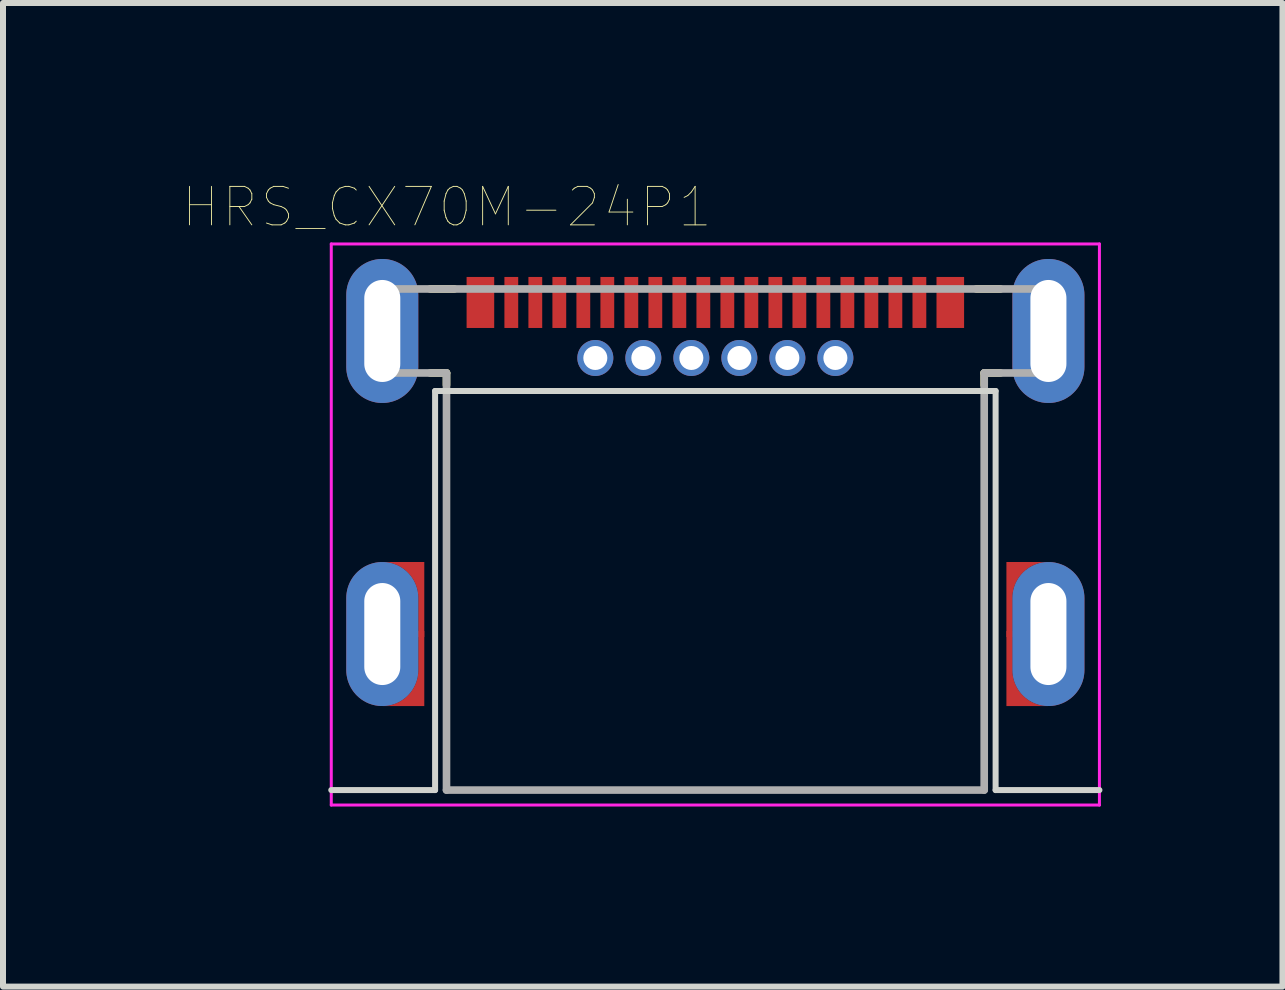
<source format=kicad_pcb>
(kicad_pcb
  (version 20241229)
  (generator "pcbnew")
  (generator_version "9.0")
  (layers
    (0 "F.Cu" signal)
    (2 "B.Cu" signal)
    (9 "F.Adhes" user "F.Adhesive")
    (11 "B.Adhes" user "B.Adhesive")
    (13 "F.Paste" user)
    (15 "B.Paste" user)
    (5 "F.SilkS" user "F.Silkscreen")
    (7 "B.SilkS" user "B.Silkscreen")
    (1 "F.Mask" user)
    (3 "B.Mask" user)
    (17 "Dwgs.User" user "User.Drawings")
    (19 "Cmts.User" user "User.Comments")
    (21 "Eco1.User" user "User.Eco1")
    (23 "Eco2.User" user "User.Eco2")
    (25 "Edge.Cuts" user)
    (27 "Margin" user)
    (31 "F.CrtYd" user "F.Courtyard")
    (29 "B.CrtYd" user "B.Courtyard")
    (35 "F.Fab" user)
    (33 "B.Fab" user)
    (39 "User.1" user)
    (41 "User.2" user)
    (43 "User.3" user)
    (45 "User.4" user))
  (footprint "HRS_CX70M-24P1"
    (layer "F.Cu")
    (at 8.87 7.515)
    (property "Reference" "HRS_CX70M-24P1" (at -4.473 -7.114 0) (layer "F.SilkS") (effects (font (size 0.641 0.641) (thickness 0.015))))
    (attr through_hole)
    (fp_poly (pts (xy -5.55 -1.2) (xy -4.85 -1.2) (xy -4.85 1.2) (xy -5.55 1.2) (xy -5.519 1.199) (xy -5.487 1.197) (xy -5.456 1.193) (xy -5.425 1.187) (xy -5.395 1.18) (xy -5.365 1.171) (xy -5.335 1.16) (xy -5.306 1.148) (xy -5.278 1.135) (xy -5.25 1.12) (xy -5.223 1.103) (xy -5.197 1.085) (xy -5.172 1.066) (xy -5.149 1.046) (xy -5.126 1.024) (xy -5.104 1.001) (xy -5.084 0.978) (xy -5.065 0.953) (xy -5.047 0.927) (xy -5.03 0.9) (xy -5.015 0.872) (xy -5.002 0.844) (xy -4.99 0.815) (xy -4.979 0.785) (xy -4.97 0.755) (xy -4.963 0.725) (xy -4.957 0.694) (xy -4.953 0.663) (xy -4.951 0.631) (xy -4.95 0.6) (xy -4.95 -0.6) (xy -4.951 -0.631) (xy -4.953 -0.663) (xy -4.957 -0.694) (xy -4.963 -0.725) (xy -4.97 -0.755) (xy -4.979 -0.785) (xy -4.99 -0.815) (xy -5.002 -0.844) (xy -5.015 -0.872) (xy -5.03 -0.9) (xy -5.047 -0.927) (xy -5.065 -0.953) (xy -5.084 -0.978) (xy -5.104 -1.001) (xy -5.126 -1.024) (xy -5.149 -1.046) (xy -5.172 -1.066) (xy -5.197 -1.085) (xy -5.223 -1.103) (xy -5.25 -1.12) (xy -5.278 -1.135) (xy -5.306 -1.148) (xy -5.335 -1.16) (xy -5.365 -1.171) (xy -5.395 -1.18) (xy -5.425 -1.187) (xy -5.456 -1.193) (xy -5.487 -1.197) (xy -5.519 -1.199) (xy -5.55 -1.2)) (stroke (width 0.0001) (type solid)) (fill yes) (layer "F.Cu"))
    (fp_poly (pts (xy 5.55 -1.2) (xy 4.85 -1.2) (xy 4.85 1.2) (xy 5.55 1.2) (xy 5.519 1.199) (xy 5.487 1.197) (xy 5.456 1.193) (xy 5.425 1.187) (xy 5.395 1.18) (xy 5.365 1.171) (xy 5.335 1.16) (xy 5.306 1.148) (xy 5.278 1.135) (xy 5.25 1.12) (xy 5.223 1.103) (xy 5.197 1.085) (xy 5.172 1.066) (xy 5.149 1.046) (xy 5.126 1.024) (xy 5.104 1.001) (xy 5.084 0.978) (xy 5.065 0.953) (xy 5.047 0.927) (xy 5.03 0.9) (xy 5.015 0.872) (xy 5.002 0.844) (xy 4.99 0.815) (xy 4.979 0.785) (xy 4.97 0.755) (xy 4.963 0.725) (xy 4.957 0.694) (xy 4.953 0.663) (xy 4.951 0.631) (xy 4.95 0.6) (xy 4.95 -0.6) (xy 4.951 -0.631) (xy 4.953 -0.663) (xy 4.957 -0.694) (xy 4.963 -0.725) (xy 4.97 -0.755) (xy 4.979 -0.785) (xy 4.99 -0.815) (xy 5.002 -0.844) (xy 5.015 -0.872) (xy 5.03 -0.9) (xy 5.047 -0.927) (xy 5.065 -0.953) (xy 5.084 -0.978) (xy 5.104 -1.001) (xy 5.126 -1.024) (xy 5.149 -1.046) (xy 5.172 -1.066) (xy 5.197 -1.085) (xy 5.223 -1.103) (xy 5.25 -1.12) (xy 5.278 -1.135) (xy 5.306 -1.148) (xy 5.335 -1.16) (xy 5.365 -1.171) (xy 5.395 -1.18) (xy 5.425 -1.187) (xy 5.456 -1.193) (xy 5.487 -1.197) (xy 5.519 -1.199) (xy 5.55 -1.2)) (stroke (width 0.0001) (type solid)) (fill yes) (layer "F.Cu"))
    (fp_poly (pts (xy -5.607 -1.3) (xy -4.75 -1.3) (xy -4.75 1.302) (xy -5.607 1.302)) (stroke (width 0.01) (type solid)) (fill yes) (layer "F.Mask"))
    (fp_poly (pts (xy 4.75 -1.3) (xy 5.55 -1.3) (xy 5.55 1.3) (xy 4.75 1.3)) (stroke (width 0.01) (type solid)) (fill yes) (layer "F.Mask"))
    (fp_line (start -4.75 -5.75) (end -4.35 -5.75) (stroke (width 0.127) (type solid)) (layer "F.SilkS"))
    (fp_line (start -4.75 -4.35) (end -4.48 -4.35) (stroke (width 0.127) (type solid)) (layer "F.SilkS"))
    (fp_line (start -4.48 -4.35) (end -4.48 -4.15) (stroke (width 0.127) (type solid)) (layer "F.SilkS"))
    (fp_line (start 4.35 -5.75) (end 4.75 -5.75) (stroke (width 0.127) (type solid)) (layer "F.SilkS"))
    (fp_line (start 4.48 -4.35) (end 4.48 -4.15) (stroke (width 0.127) (type solid)) (layer "F.SilkS"))
    (fp_line (start 4.75 -4.35) (end 4.48 -4.35) (stroke (width 0.127) (type solid)) (layer "F.SilkS"))
    (fp_poly (pts (xy -5.55 -1.2) (xy -4.85 -1.2) (xy -4.85 1.2) (xy -5.55 1.2) (xy -5.519 1.199) (xy -5.487 1.197) (xy -5.456 1.193) (xy -5.425 1.187) (xy -5.395 1.18) (xy -5.365 1.171) (xy -5.335 1.16) (xy -5.306 1.148) (xy -5.278 1.135) (xy -5.25 1.12) (xy -5.223 1.103) (xy -5.197 1.085) (xy -5.172 1.066) (xy -5.149 1.046) (xy -5.126 1.024) (xy -5.104 1.001) (xy -5.084 0.978) (xy -5.065 0.953) (xy -5.047 0.927) (xy -5.03 0.9) (xy -5.015 0.872) (xy -5.002 0.844) (xy -4.99 0.815) (xy -4.979 0.785) (xy -4.97 0.755) (xy -4.963 0.725) (xy -4.957 0.694) (xy -4.953 0.663) (xy -4.951 0.631) (xy -4.95 0.6) (xy -4.95 -0.6) (xy -4.951 -0.631) (xy -4.953 -0.663) (xy -4.957 -0.694) (xy -4.963 -0.725) (xy -4.97 -0.755) (xy -4.979 -0.785) (xy -4.99 -0.815) (xy -5.002 -0.844) (xy -5.015 -0.872) (xy -5.03 -0.9) (xy -5.047 -0.927) (xy -5.065 -0.953) (xy -5.084 -0.978) (xy -5.104 -1.001) (xy -5.126 -1.024) (xy -5.149 -1.046) (xy -5.172 -1.066) (xy -5.197 -1.085) (xy -5.223 -1.103) (xy -5.25 -1.12) (xy -5.278 -1.135) (xy -5.306 -1.148) (xy -5.335 -1.16) (xy -5.365 -1.171) (xy -5.395 -1.18) (xy -5.425 -1.187) (xy -5.456 -1.193) (xy -5.487 -1.197) (xy -5.519 -1.199) (xy -5.55 -1.2)) (stroke (width 0.0001) (type solid)) (fill yes) (layer "F.Paste"))
    (fp_poly (pts (xy 5.55 -1.2) (xy 4.85 -1.2) (xy 4.85 1.2) (xy 5.55 1.2) (xy 5.519 1.199) (xy 5.487 1.197) (xy 5.456 1.193) (xy 5.425 1.187) (xy 5.395 1.18) (xy 5.365 1.171) (xy 5.335 1.16) (xy 5.306 1.148) (xy 5.278 1.135) (xy 5.25 1.12) (xy 5.223 1.103) (xy 5.197 1.085) (xy 5.172 1.066) (xy 5.149 1.046) (xy 5.126 1.024) (xy 5.104 1.001) (xy 5.084 0.978) (xy 5.065 0.953) (xy 5.047 0.927) (xy 5.03 0.9) (xy 5.015 0.872) (xy 5.002 0.844) (xy 4.99 0.815) (xy 4.979 0.785) (xy 4.97 0.755) (xy 4.963 0.725) (xy 4.957 0.694) (xy 4.953 0.663) (xy 4.951 0.631) (xy 4.95 0.6) (xy 4.95 -0.6) (xy 4.951 -0.631) (xy 4.953 -0.663) (xy 4.957 -0.694) (xy 4.963 -0.725) (xy 4.97 -0.755) (xy 4.979 -0.785) (xy 4.99 -0.815) (xy 5.002 -0.844) (xy 5.015 -0.872) (xy 5.03 -0.9) (xy 5.047 -0.927) (xy 5.065 -0.953) (xy 5.084 -0.978) (xy 5.104 -1.001) (xy 5.126 -1.024) (xy 5.149 -1.046) (xy 5.172 -1.066) (xy 5.197 -1.085) (xy 5.223 -1.103) (xy 5.25 -1.12) (xy 5.278 -1.135) (xy 5.306 -1.148) (xy 5.335 -1.16) (xy 5.365 -1.171) (xy 5.395 -1.18) (xy 5.425 -1.187) (xy 5.456 -1.193) (xy 5.487 -1.197) (xy 5.519 -1.199) (xy 5.55 -1.2)) (stroke (width 0.0001) (type solid)) (fill yes) (layer "F.Paste"))
    (fp_line (start -6.4 2.6) (end -4.67 2.6) (stroke (width 0.1) (type solid)) (layer "Edge.Cuts"))
    (fp_line (start -4.67 -4.05) (end 4.67 -4.05) (stroke (width 0.1) (type solid)) (layer "Edge.Cuts"))
    (fp_line (start -4.67 2.6) (end -4.67 -4.05) (stroke (width 0.1) (type solid)) (layer "Edge.Cuts"))
    (fp_line (start 4.67 -4.05) (end 4.67 2.6) (stroke (width 0.1) (type solid)) (layer "Edge.Cuts"))
    (fp_line (start 4.67 2.6) (end 6.4 2.6) (stroke (width 0.1) (type solid)) (layer "Edge.Cuts"))
    (fp_line (start -6.4 -6.5) (end 6.4 -6.5) (stroke (width 0.05) (type solid)) (layer "F.CrtYd"))
    (fp_line (start -6.4 2.85) (end -6.4 -6.5) (stroke (width 0.05) (type solid)) (layer "F.CrtYd"))
    (fp_line (start 6.4 -6.5) (end 6.4 2.85) (stroke (width 0.05) (type solid)) (layer "F.CrtYd"))
    (fp_line (start 6.4 2.85) (end -6.4 2.85) (stroke (width 0.05) (type solid)) (layer "F.CrtYd"))
    (fp_line (start -5.7 -5.75) (end -5.7 -4.35) (stroke (width 0.127) (type solid)) (layer "F.Fab"))
    (fp_line (start -5.7 -5.75) (end 5.7 -5.75) (stroke (width 0.127) (type solid)) (layer "F.Fab"))
    (fp_line (start -5.7 -4.35) (end -4.48 -4.35) (stroke (width 0.127) (type solid)) (layer "F.Fab"))
    (fp_line (start -4.48 2.6) (end -4.48 -4.35) (stroke (width 0.127) (type solid)) (layer "F.Fab"))
    (fp_line (start 4.48 -4.35) (end 4.48 2.6) (stroke (width 0.127) (type solid)) (layer "F.Fab"))
    (fp_line (start 4.48 -4.35) (end 5.7 -4.35) (stroke (width 0.127) (type solid)) (layer "F.Fab"))
    (fp_line (start 4.48 2.6) (end -4.48 2.6) (stroke (width 0.127) (type solid)) (layer "F.Fab"))
    (fp_line (start 5.7 -5.75) (end 5.7 -4.35) (stroke (width 0.127) (type solid)) (layer "F.Fab"))
    (pad "A1" smd rect (at -2.2 -5.525) (size 0.23 0.85) (layers "F.Cu" "F.Mask" "F.Paste"))
    (pad "A2" smd rect (at -1.8 -5.525) (size 0.23 0.85) (layers "F.Cu" "F.Mask" "F.Paste"))
    (pad "A3" smd rect (at -1.4 -5.525) (size 0.23 0.85) (layers "F.Cu" "F.Mask" "F.Paste"))
    (pad "A4" smd rect (at -1 -5.525) (size 0.23 0.85) (layers "F.Cu" "F.Mask" "F.Paste"))
    (pad "A5" smd rect (at -0.6 -5.525) (size 0.23 0.85) (layers "F.Cu" "F.Mask" "F.Paste"))
    (pad "A6" smd rect (at -0.2 -5.525) (size 0.23 0.85) (layers "F.Cu" "F.Mask" "F.Paste"))
    (pad "A7" smd rect (at 0.2 -5.525) (size 0.23 0.85) (layers "F.Cu" "F.Mask" "F.Paste"))
    (pad "A8" smd rect (at 0.6 -5.525) (size 0.23 0.85) (layers "F.Cu" "F.Mask" "F.Paste"))
    (pad "A9" smd rect (at 1 -5.525) (size 0.23 0.85) (layers "F.Cu" "F.Mask" "F.Paste"))
    (pad "A10" smd rect (at 1.4 -5.525) (size 0.23 0.85) (layers "F.Cu" "F.Mask" "F.Paste"))
    (pad "A11" smd rect (at 1.8 -5.525) (size 0.23 0.85) (layers "F.Cu" "F.Mask" "F.Paste"))
    (pad "A12" smd rect (at 2.2 -5.525) (size 0.23 0.85) (layers "F.Cu" "F.Mask" "F.Paste"))
    (pad "B1" smd rect (at 3.4 -5.525) (size 0.23 0.85) (layers "F.Cu" "F.Mask" "F.Paste"))
    (pad "B2" smd rect (at 3 -5.525) (size 0.23 0.85) (layers "F.Cu" "F.Mask" "F.Paste"))
    (pad "B3" smd rect (at 2.6 -5.525) (size 0.23 0.85) (layers "F.Cu" "F.Mask" "F.Paste"))
    (pad "B4" thru_hole circle (at 2 -4.6) (size 0.6 0.6) (drill 0.4) (layers "*.Cu" "*.Mask"))
    (pad "B5" thru_hole circle (at 1.2 -4.6) (size 0.6 0.6) (drill 0.4) (layers "*.Cu" "*.Mask"))
    (pad "B6" thru_hole circle (at 0.4 -4.6) (size 0.6 0.6) (drill 0.4) (layers "*.Cu" "*.Mask"))
    (pad "B7" thru_hole circle (at -0.4 -4.6) (size 0.6 0.6) (drill 0.4) (layers "*.Cu" "*.Mask"))
    (pad "B8" thru_hole circle (at -1.2 -4.6) (size 0.6 0.6) (drill 0.4) (layers "*.Cu" "*.Mask"))
    (pad "B9" thru_hole circle (at -2 -4.6) (size 0.6 0.6) (drill 0.4) (layers "*.Cu" "*.Mask"))
    (pad "B10" smd rect (at -2.6 -5.525) (size 0.23 0.85) (layers "F.Cu" "F.Mask" "F.Paste"))
    (pad "B11" smd rect (at -3 -5.525) (size 0.23 0.85) (layers "F.Cu" "F.Mask" "F.Paste"))
    (pad "B12" smd rect (at -3.4 -5.525) (size 0.23 0.85) (layers "F.Cu" "F.Mask" "F.Paste"))
    (pad "S1" thru_hole oval (at -5.55 -5.05) (size 1.2 2.4) (drill oval 0.6 1.7) (layers "*.Cu" "*.Mask"))
    (pad "S2" smd rect (at -3.915 -5.525) (size 0.46 0.85) (layers "F.Cu" "F.Mask" "F.Paste"))
    (pad "S3" smd rect (at 3.915 -5.525) (size 0.46 0.85) (layers "F.Cu" "F.Mask" "F.Paste"))
    (pad "S4" thru_hole oval (at 5.55 -5.05) (size 1.2 2.4) (drill oval 0.6 1.7) (layers "*.Cu" "*.Mask"))
    (pad "S5" thru_hole oval (at -5.55 0) (size 1.2 2.4) (drill oval 0.6 1.7) (layers "*.Cu" "*.Mask"))
    (pad "S5.1" smd rect (at -4.9 0) (size 0.1 0.1) (layers "F.Cu"))
    (pad "S6" thru_hole oval (at 5.55 0) (size 1.2 2.4) (drill oval 0.6 1.7) (layers "*.Cu" "*.Mask"))
    (pad "S6.1" smd rect (at 4.9 0) (size 0.1 0.1) (layers "F.Cu")))
  (gr_rect
    (start -3 -3)
    (end 18.32 13.39)
    (stroke (width 0.1) (type default))
    (fill no)
    (layer "Edge.Cuts")))
</source>
